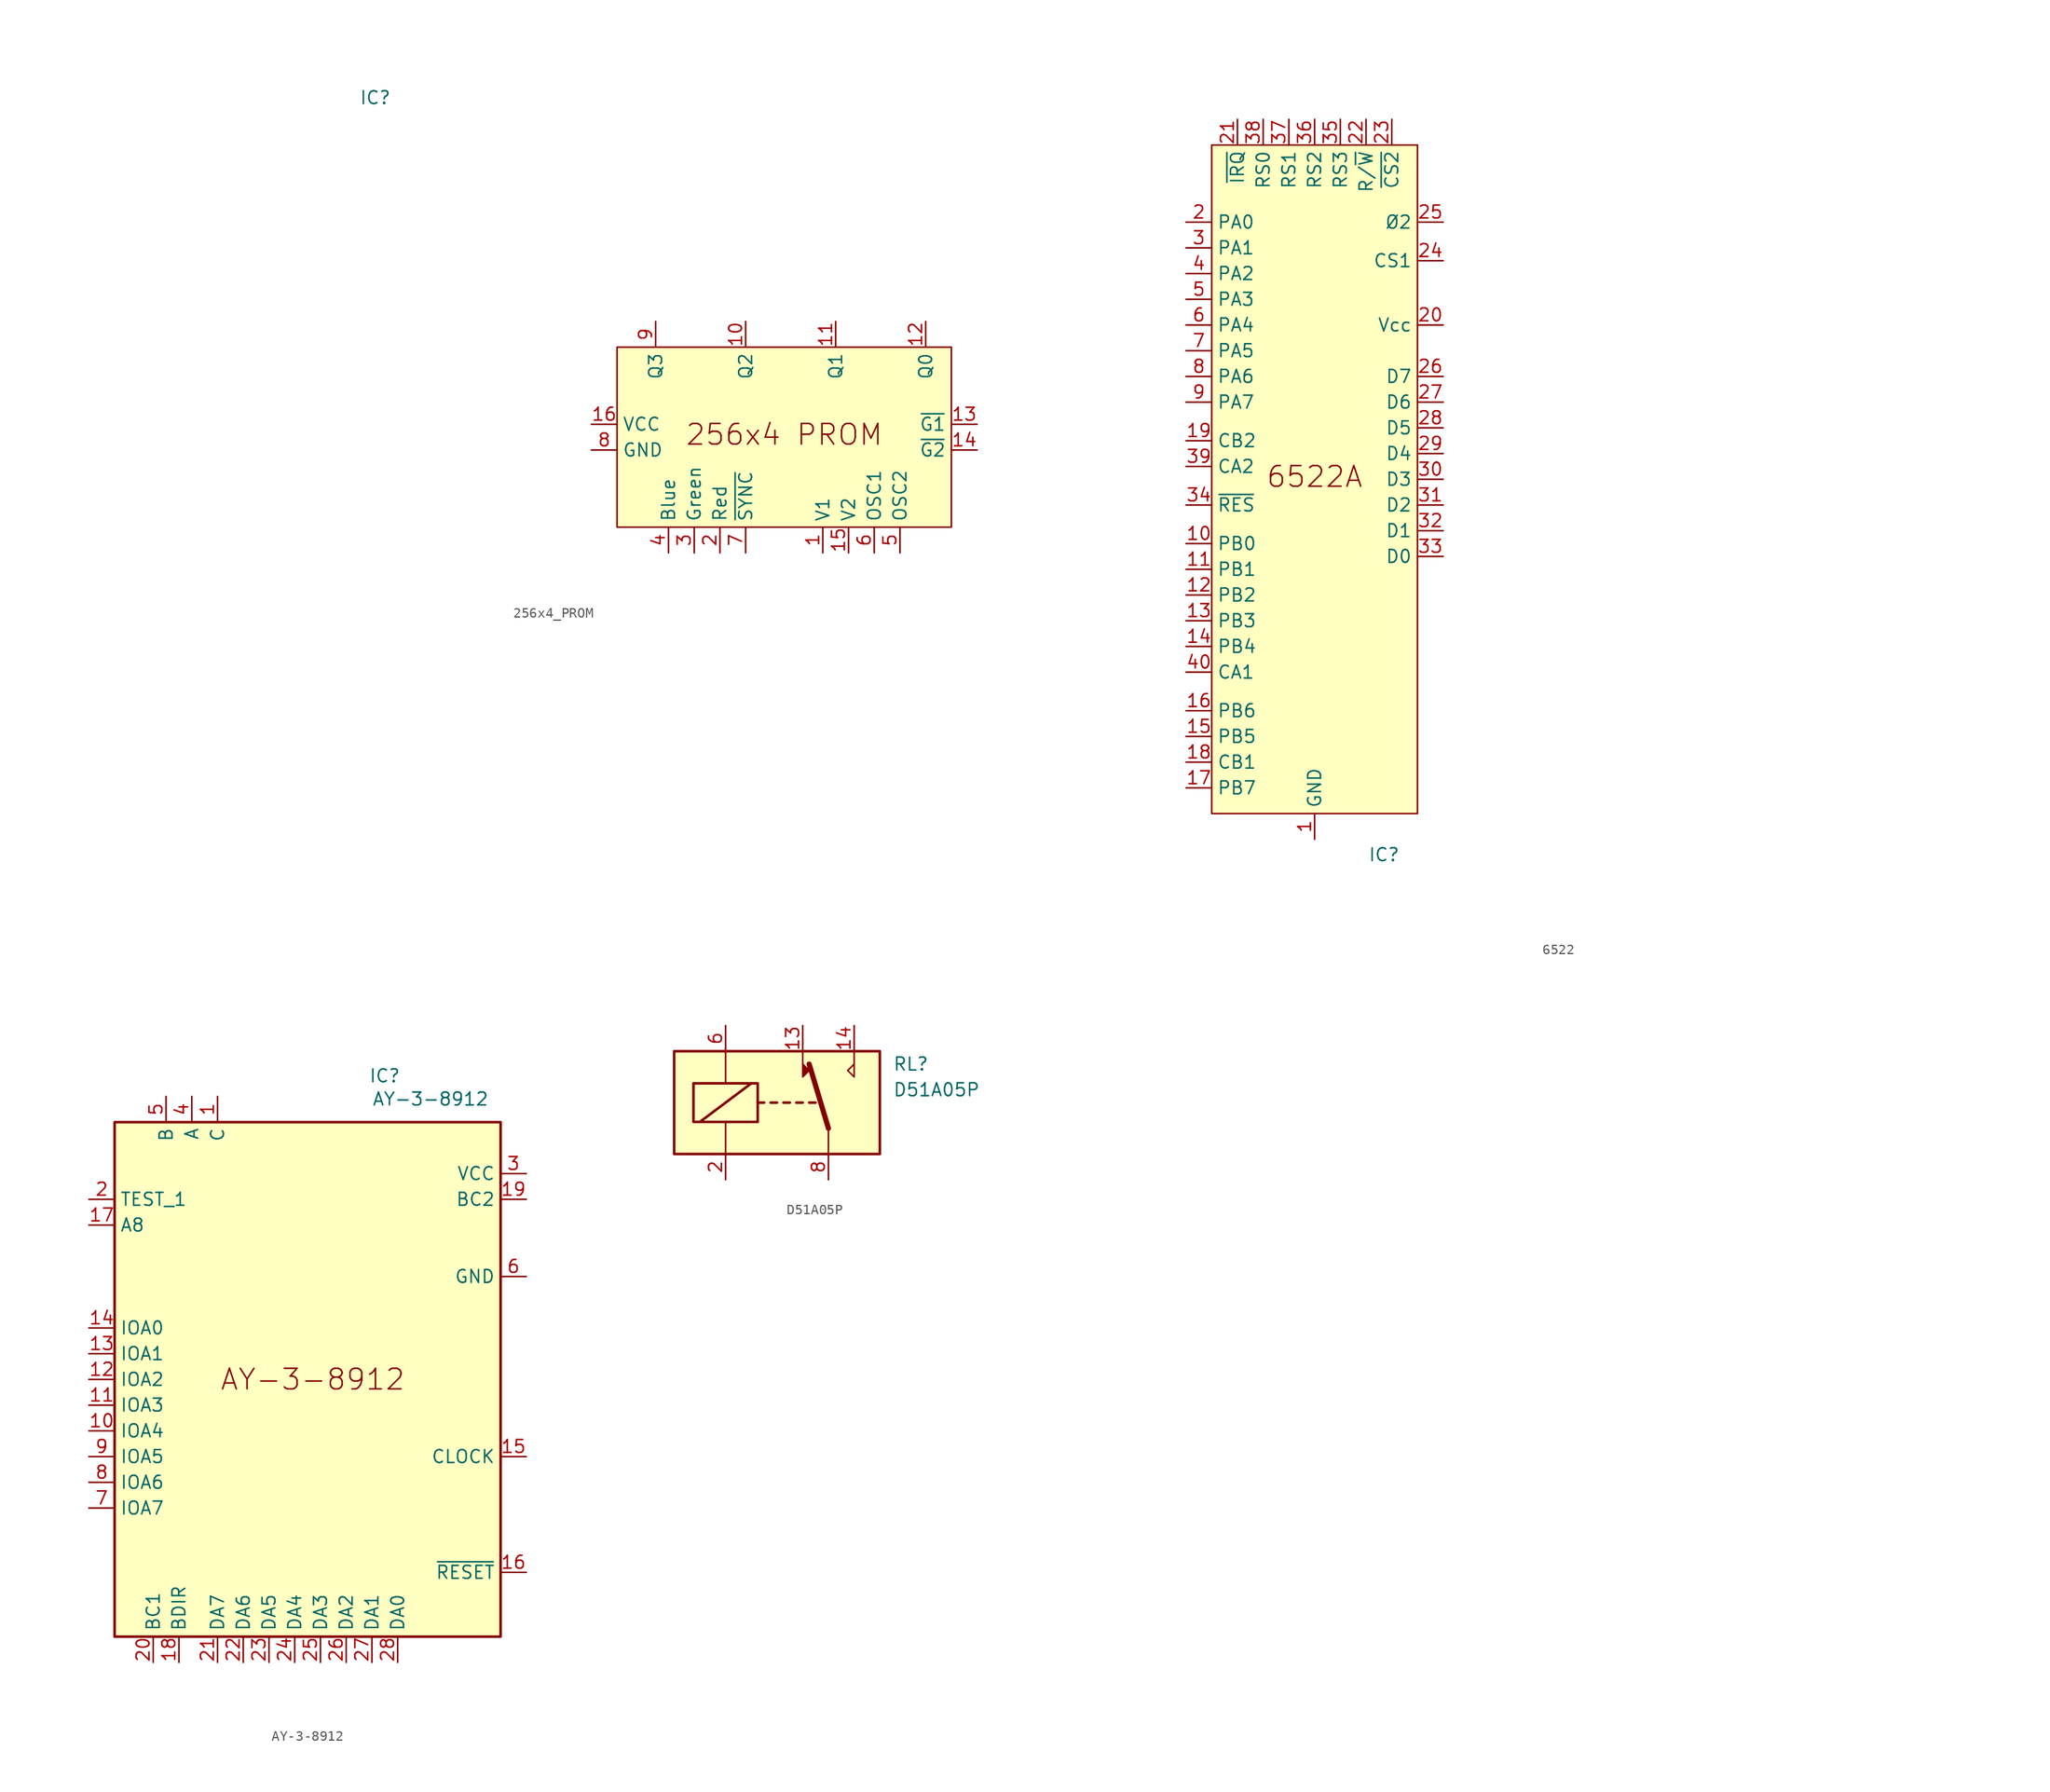
<source format=kicad_sym>
(kicad_symbol_lib
  (version 20231120)
  (generator "kicad_symbol_editor")
  (generator_version "8.0")
  (symbol "256x4_PROM"
    (property "Reference" "IC"
      (at -40.386 33.528 0)
      (effects (font (size 1.27 1.27))))
    (property "Value" ""
      (at -64.77 22.86 0)
      (effects (font (size 1.27 1.27))))
    (symbol "256x4_PROM_0_0"
      (pin input line (at 3.81 -11.43 90) (length 2.54) (name "V1" (effects (font (size 1.27 1.27)))) (number "1" (effects (font (size 1.27 1.27)))))
      (pin output line (at -3.81 11.43 270) (length 2.54) (name "Q2" (effects (font (size 1.27 1.27)))) (number "10" (effects (font (size 1.27 1.27)))))
      (pin output line (at 5.08 11.43 270) (length 2.54) (name "Q1" (effects (font (size 1.27 1.27)))) (number "11" (effects (font (size 1.27 1.27)))))
      (pin output line (at 13.97 11.43 270) (length 2.54) (name "Q0" (effects (font (size 1.27 1.27)))) (number "12" (effects (font (size 1.27 1.27)))))
      (pin input line (at 19.05 1.27 180) (length 2.54) (name "~{G1}" (effects (font (size 1.27 1.27)))) (number "13" (effects (font (size 1.27 1.27)))))
      (pin input line (at 19.05 -1.27 180) (length 2.54) (name "~{G2}" (effects (font (size 1.27 1.27)))) (number "14" (effects (font (size 1.27 1.27)))))
      (pin input line (at 6.35 -11.43 90) (length 2.54) (name "V2" (effects (font (size 1.27 1.27)))) (number "15" (effects (font (size 1.27 1.27)))))
      (pin power_in line (at -19.05 1.27 0) (length 2.54) (name "VCC" (effects (font (size 1.27 1.27)))) (number "16" (effects (font (size 1.27 1.27)))))
      (pin input line (at -6.35 -11.43 90) (length 2.54) (name "Red" (effects (font (size 1.27 1.27)))) (number "2" (effects (font (size 1.27 1.27)))))
      (pin input line (at -8.89 -11.43 90) (length 2.54) (name "Green" (effects (font (size 1.27 1.27)))) (number "3" (effects (font (size 1.27 1.27)))))
      (pin input line (at -11.43 -11.43 90) (length 2.54) (name "Blue" (effects (font (size 1.27 1.27)))) (number "4" (effects (font (size 1.27 1.27)))))
      (pin input line (at 11.43 -11.43 90) (length 2.54) (name "OSC2" (effects (font (size 1.27 1.27)))) (number "5" (effects (font (size 1.27 1.27)))))
      (pin input line (at 8.89 -11.43 90) (length 2.54) (name "OSC1" (effects (font (size 1.27 1.27)))) (number "6" (effects (font (size 1.27 1.27)))))
      (pin input line (at -3.81 -11.43 90) (length 2.54) (name "~{SYNC}" (effects (font (size 1.27 1.27)))) (number "7" (effects (font (size 1.27 1.27)))))
      (pin power_in line (at -19.05 -1.27 0) (length 2.54) (name "GND" (effects (font (size 1.27 1.27)))) (number "8" (effects (font (size 1.27 1.27)))))
      (pin output line (at -12.7 11.43 270) (length 2.54) (name "Q3" (effects (font (size 1.27 1.27)))) (number "9" (effects (font (size 1.27 1.27))))))
    (symbol "256x4_PROM_1_1"
      (rectangle (start -16.51 8.89) (end 16.51 -8.89) (stroke (width 0) (type default)) (fill (type background)))
      (text "256x4 PROM" (at 0 0.254 0) (effects (font (size 2.032 2.032))))))
  (symbol "6522"
    (property "Reference" "IC"
      (at 6.858 -37.084 0)
      (effects (font (size 1.27 1.27))))
    (property "Value" ""
      (at 60.96 19.05 0)
      (effects (font (size 1.27 1.27))))
    (symbol "6522_0_0"
      (pin power_in line (at 0 -35.56 90) (length 2.54) (name "GND" (effects (font (size 1.27 1.27)))) (number "1" (effects (font (size 1.27 1.27)))))
      (pin bidirectional line (at -12.7 -6.35 0) (length 2.54) (name "PB0" (effects (font (size 1.27 1.27)))) (number "10" (effects (font (size 1.27 1.27)))))
      (pin bidirectional line (at -12.7 -8.89 0) (length 2.54) (name "PB1" (effects (font (size 1.27 1.27)))) (number "11" (effects (font (size 1.27 1.27)))))
      (pin bidirectional line (at -12.7 -11.43 0) (length 2.54) (name "PB2" (effects (font (size 1.27 1.27)))) (number "12" (effects (font (size 1.27 1.27)))))
      (pin bidirectional line (at -12.7 -13.97 0) (length 2.54) (name "PB3" (effects (font (size 1.27 1.27)))) (number "13" (effects (font (size 1.27 1.27)))))
      (pin bidirectional line (at -12.7 -16.51 0) (length 2.54) (name "PB4" (effects (font (size 1.27 1.27)))) (number "14" (effects (font (size 1.27 1.27)))))
      (pin bidirectional line (at -12.7 -25.4 0) (length 2.54) (name "PB5" (effects (font (size 1.27 1.27)))) (number "15" (effects (font (size 1.27 1.27)))))
      (pin bidirectional line (at -12.7 -22.86 0) (length 2.54) (name "PB6" (effects (font (size 1.27 1.27)))) (number "16" (effects (font (size 1.27 1.27)))))
      (pin bidirectional line (at -12.7 -30.48 0) (length 2.54) (name "PB7" (effects (font (size 1.27 1.27)))) (number "17" (effects (font (size 1.27 1.27)))))
      (pin bidirectional line (at -12.7 -27.94 0) (length 2.54) (name "CB1" (effects (font (size 1.27 1.27)))) (number "18" (effects (font (size 1.27 1.27)))))
      (pin bidirectional line (at -12.7 3.81 0) (length 2.54) (name "CB2" (effects (font (size 1.27 1.27)))) (number "19" (effects (font (size 1.27 1.27)))))
      (pin bidirectional line (at -12.7 25.4 0) (length 2.54) (name "PA0" (effects (font (size 1.27 1.27)))) (number "2" (effects (font (size 1.27 1.27)))))
      (pin power_in line (at 12.7 15.24 180) (length 2.54) (name "Vcc" (effects (font (size 1.27 1.27)))) (number "20" (effects (font (size 1.27 1.27)))))
      (pin output line (at -7.62 35.56 270) (length 2.54) (name "~{IRQ}" (effects (font (size 1.27 1.27)))) (number "21" (effects (font (size 1.27 1.27)))))
      (pin input line (at 5.08 35.56 270) (length 2.54) (name "R/~{W}" (effects (font (size 1.27 1.27)))) (number "22" (effects (font (size 1.27 1.27)))))
      (pin input line (at 7.62 35.56 270) (length 2.54) (name "~{CS2}" (effects (font (size 1.27 1.27)))) (number "23" (effects (font (size 1.27 1.27)))))
      (pin input line (at 12.7 21.59 180) (length 2.54) (name "CS1" (effects (font (size 1.27 1.27)))) (number "24" (effects (font (size 1.27 1.27)))))
      (pin input line (at 12.7 25.4 180) (length 2.54) (name "Ø2" (effects (font (size 1.27 1.27)))) (number "25" (effects (font (size 1.27 1.27)))))
      (pin bidirectional line (at 12.7 10.16 180) (length 2.54) (name "D7" (effects (font (size 1.27 1.27)))) (number "26" (effects (font (size 1.27 1.27)))))
      (pin bidirectional line (at 12.7 7.62 180) (length 2.54) (name "D6" (effects (font (size 1.27 1.27)))) (number "27" (effects (font (size 1.27 1.27)))))
      (pin bidirectional line (at 12.7 5.08 180) (length 2.54) (name "D5" (effects (font (size 1.27 1.27)))) (number "28" (effects (font (size 1.27 1.27)))))
      (pin bidirectional line (at 12.7 2.54 180) (length 2.54) (name "D4" (effects (font (size 1.27 1.27)))) (number "29" (effects (font (size 1.27 1.27)))))
      (pin bidirectional line (at -12.7 22.86 0) (length 2.54) (name "PA1" (effects (font (size 1.27 1.27)))) (number "3" (effects (font (size 1.27 1.27)))))
      (pin bidirectional line (at 12.7 0 180) (length 2.54) (name "D3" (effects (font (size 1.27 1.27)))) (number "30" (effects (font (size 1.27 1.27)))))
      (pin bidirectional line (at 12.7 -2.54 180) (length 2.54) (name "D2" (effects (font (size 1.27 1.27)))) (number "31" (effects (font (size 1.27 1.27)))))
      (pin bidirectional line (at 12.7 -5.08 180) (length 2.54) (name "D1" (effects (font (size 1.27 1.27)))) (number "32" (effects (font (size 1.27 1.27)))))
      (pin bidirectional line (at 12.7 -7.62 180) (length 2.54) (name "D0" (effects (font (size 1.27 1.27)))) (number "33" (effects (font (size 1.27 1.27)))))
      (pin input line (at -12.7 -2.54 0) (length 2.54) (name "~{RES}" (effects (font (size 1.27 1.27)))) (number "34" (effects (font (size 1.27 1.27)))))
      (pin input line (at 2.54 35.56 270) (length 2.54) (name "RS3" (effects (font (size 1.27 1.27)))) (number "35" (effects (font (size 1.27 1.27)))))
      (pin input line (at 0 35.56 270) (length 2.54) (name "RS2" (effects (font (size 1.27 1.27)))) (number "36" (effects (font (size 1.27 1.27)))))
      (pin input line (at -2.54 35.56 270) (length 2.54) (name "RS1" (effects (font (size 1.27 1.27)))) (number "37" (effects (font (size 1.27 1.27)))))
      (pin input line (at -5.08 35.56 270) (length 2.54) (name "RS0" (effects (font (size 1.27 1.27)))) (number "38" (effects (font (size 1.27 1.27)))))
      (pin bidirectional line (at -12.7 1.27 0) (length 2.54) (name "CA2" (effects (font (size 1.27 1.27)))) (number "39" (effects (font (size 1.27 1.27)))))
      (pin bidirectional line (at -12.7 20.32 0) (length 2.54) (name "PA2" (effects (font (size 1.27 1.27)))) (number "4" (effects (font (size 1.27 1.27)))))
      (pin bidirectional line (at -12.7 -19.05 0) (length 2.54) (name "CA1" (effects (font (size 1.27 1.27)))) (number "40" (effects (font (size 1.27 1.27)))))
      (pin bidirectional line (at -12.7 17.78 0) (length 2.54) (name "PA3" (effects (font (size 1.27 1.27)))) (number "5" (effects (font (size 1.27 1.27)))))
      (pin bidirectional line (at -12.7 15.24 0) (length 2.54) (name "PA4" (effects (font (size 1.27 1.27)))) (number "6" (effects (font (size 1.27 1.27)))))
      (pin bidirectional line (at -12.7 12.7 0) (length 2.54) (name "PA5" (effects (font (size 1.27 1.27)))) (number "7" (effects (font (size 1.27 1.27)))))
      (pin bidirectional line (at -12.7 10.16 0) (length 2.54) (name "PA6" (effects (font (size 1.27 1.27)))) (number "8" (effects (font (size 1.27 1.27)))))
      (pin bidirectional line (at -12.7 7.62 0) (length 2.54) (name "PA7" (effects (font (size 1.27 1.27)))) (number "9" (effects (font (size 1.27 1.27))))))
    (symbol "6522_1_1"
      (rectangle (start -10.16 33.02) (end 10.16 -33.02) (stroke (width 0) (type default)) (fill (type background)))
      (text "6522A" (at 0 0.254 0) (effects (font (size 2.032 2.032))))))
  (symbol "AY-3-8912"
    (property "Reference" "IC"
      (at 7.62 29.972 0)
      (effects (font (size 1.27 1.27))))
    (property "Value" "AY-3-8912"
      (at 6.35 27.686 0)
      (effects (font (size 1.27 1.27)) (justify left)))
    (symbol "AY-3-8912_1_1"
      (rectangle (start -19.05 25.4) (end 19.05 -25.4) (stroke (width 0.254) (type default)) (fill (type background)))
      (text "AY-3-8912" (at 0.508 0 0) (effects (font (size 2.032 2.032))))
      (pin passive line (at -8.89 27.94 270) (length 2.54) (name "C" (effects (font (size 1.27 1.27)))) (number "1" (effects (font (size 1.27 1.27)))))
      (pin bidirectional line (at -21.59 -5.08 0) (length 2.54) (name "IOA4" (effects (font (size 1.27 1.27)))) (number "10" (effects (font (size 1.27 1.27)))))
      (pin bidirectional line (at -21.59 -2.54 0) (length 2.54) (name "IOA3" (effects (font (size 1.27 1.27)))) (number "11" (effects (font (size 1.27 1.27)))))
      (pin bidirectional line (at -21.59 0 0) (length 2.54) (name "IOA2" (effects (font (size 1.27 1.27)))) (number "12" (effects (font (size 1.27 1.27)))))
      (pin bidirectional line (at -21.59 2.54 0) (length 2.54) (name "IOA1" (effects (font (size 1.27 1.27)))) (number "13" (effects (font (size 1.27 1.27)))))
      (pin bidirectional line (at -21.59 5.08 0) (length 2.54) (name "IOA0" (effects (font (size 1.27 1.27)))) (number "14" (effects (font (size 1.27 1.27)))))
      (pin input line (at 21.59 -7.62 180) (length 2.54) (name "CLOCK" (effects (font (size 1.27 1.27)))) (number "15" (effects (font (size 1.27 1.27)))))
      (pin input line (at 21.59 -19.05 180) (length 2.54) (name "~{RESET}" (effects (font (size 1.27 1.27)))) (number "16" (effects (font (size 1.27 1.27)))))
      (pin input line (at -21.59 15.24 0) (length 2.54) (name "A8" (effects (font (size 1.27 1.27)))) (number "17" (effects (font (size 1.27 1.27)))))
      (pin input line (at -12.7 -27.94 90) (length 2.54) (name "BDIR" (effects (font (size 1.27 1.27)))) (number "18" (effects (font (size 1.27 1.27)))))
      (pin input line (at 21.59 17.78 180) (length 2.54) (name "BC2" (effects (font (size 1.27 1.27)))) (number "19" (effects (font (size 1.27 1.27)))))
      (pin passive line (at -21.59 17.78 0) (length 2.54) (name "TEST_1" (effects (font (size 1.27 1.27)))) (number "2" (effects (font (size 1.27 1.27)))))
      (pin input line (at -15.24 -27.94 90) (length 2.54) (name "BC1" (effects (font (size 1.27 1.27)))) (number "20" (effects (font (size 1.27 1.27)))))
      (pin tri_state line (at -8.89 -27.94 90) (length 2.54) (name "DA7" (effects (font (size 1.27 1.27)))) (number "21" (effects (font (size 1.27 1.27)))))
      (pin tri_state line (at -6.35 -27.94 90) (length 2.54) (name "DA6" (effects (font (size 1.27 1.27)))) (number "22" (effects (font (size 1.27 1.27)))))
      (pin tri_state line (at -3.81 -27.94 90) (length 2.54) (name "DA5" (effects (font (size 1.27 1.27)))) (number "23" (effects (font (size 1.27 1.27)))))
      (pin tri_state line (at -1.27 -27.94 90) (length 2.54) (name "DA4" (effects (font (size 1.27 1.27)))) (number "24" (effects (font (size 1.27 1.27)))))
      (pin tri_state line (at 1.27 -27.94 90) (length 2.54) (name "DA3" (effects (font (size 1.27 1.27)))) (number "25" (effects (font (size 1.27 1.27)))))
      (pin tri_state line (at 3.81 -27.94 90) (length 2.54) (name "DA2" (effects (font (size 1.27 1.27)))) (number "26" (effects (font (size 1.27 1.27)))))
      (pin tri_state line (at 6.35 -27.94 90) (length 2.54) (name "DA1" (effects (font (size 1.27 1.27)))) (number "27" (effects (font (size 1.27 1.27)))))
      (pin tri_state line (at 8.89 -27.94 90) (length 2.54) (name "DA0" (effects (font (size 1.27 1.27)))) (number "28" (effects (font (size 1.27 1.27)))))
      (pin power_in line (at 21.59 20.32 180) (length 2.54) (name "VCC" (effects (font (size 1.27 1.27)))) (number "3" (effects (font (size 1.27 1.27)))))
      (pin passive line (at -11.43 27.94 270) (length 2.54) (name "A" (effects (font (size 1.27 1.27)))) (number "4" (effects (font (size 1.27 1.27)))))
      (pin passive line (at -13.97 27.94 270) (length 2.54) (name "B" (effects (font (size 1.27 1.27)))) (number "5" (effects (font (size 1.27 1.27)))))
      (pin power_in line (at 21.59 10.16 180) (length 2.54) (name "GND" (effects (font (size 1.27 1.27)))) (number "6" (effects (font (size 1.27 1.27)))))
      (pin bidirectional line (at -21.59 -12.7 0) (length 2.54) (name "IOA7" (effects (font (size 1.27 1.27)))) (number "7" (effects (font (size 1.27 1.27)))))
      (pin bidirectional line (at -21.59 -10.16 0) (length 2.54) (name "IOA6" (effects (font (size 1.27 1.27)))) (number "8" (effects (font (size 1.27 1.27)))))
      (pin bidirectional line (at -21.59 -7.62 0) (length 2.54) (name "IOA5" (effects (font (size 1.27 1.27)))) (number "9" (effects (font (size 1.27 1.27)))))))
  (symbol "D51A05P"
    (property "Reference" "RL"
      (at 11.43 3.81 0)
      (effects (font (size 1.27 1.27)) (justify left)))
    (property "Value" "D51A05P"
      (at 11.43 1.27 0)
      (effects (font (size 1.27 1.27)) (justify left)))
    (symbol "D51A05P_0_0"
      (polyline (pts (xy 7.62 5.08) (xy 7.62 2.54) (xy 6.985 3.175) (xy 7.62 3.81)) (stroke (width 0) (type default)) (fill (type none))))
    (symbol "D51A05P_0_1"
      (rectangle (start -10.16 5.08) (end 10.16 -5.08) (stroke (width 0.254) (type default)) (fill (type background)))
      (rectangle (start -8.255 1.905) (end -1.905 -1.905) (stroke (width 0.254) (type default)) (fill (type none)))
      (polyline (pts (xy -7.62 -1.905) (xy -2.54 1.905)) (stroke (width 0.254) (type default)) (fill (type none)))
      (polyline (pts (xy -5.08 -5.08) (xy -5.08 -1.905)) (stroke (width 0) (type default)) (fill (type none)))
      (polyline (pts (xy -5.08 5.08) (xy -5.08 1.905)) (stroke (width 0) (type default)) (fill (type none)))
      (polyline (pts (xy -1.905 0) (xy -1.27 0)) (stroke (width 0.254) (type default)) (fill (type none)))
      (polyline (pts (xy -0.635 0) (xy 0 0)) (stroke (width 0.254) (type default)) (fill (type none)))
      (polyline (pts (xy 0.635 0) (xy 1.27 0)) (stroke (width 0.254) (type default)) (fill (type none)))
      (polyline (pts (xy 1.905 0) (xy 2.54 0)) (stroke (width 0.254) (type default)) (fill (type none)))
      (polyline (pts (xy 3.175 0) (xy 3.81 0)) (stroke (width 0.254) (type default)) (fill (type none)))
      (polyline (pts (xy 5.08 -2.54) (xy 3.175 3.81)) (stroke (width 0.508) (type default)) (fill (type none)))
      (polyline (pts (xy 5.08 -2.54) (xy 5.08 -5.08)) (stroke (width 0) (type default)) (fill (type none))))
    (symbol "D51A05P_1_1"
      (polyline (pts (xy 2.54 3.81) (xy 3.175 3.175) (xy 2.54 2.54) (xy 2.54 5.08)) (stroke (width 0) (type default)) (fill (type outline)))
      (pin no_connect line (at -12.7 0 0) (length 2.54) hide (name "~" (effects (font (size 1.27 1.27)))) (number "1" (effects (font (size 1.27 1.27)))))
      (pin passive line (at 2.54 7.62 270) (length 2.54) (name "~" (effects (font (size 1.27 1.27)))) (number "13" (effects (font (size 1.27 1.27)))))
      (pin passive line (at 7.62 7.62 270) (length 2.54) (name "~" (effects (font (size 1.27 1.27)))) (number "14" (effects (font (size 1.27 1.27)))))
      (pin passive line (at -5.08 -7.62 90) (length 2.54) (name "~" (effects (font (size 1.27 1.27)))) (number "2" (effects (font (size 1.27 1.27)))))
      (pin passive line (at -5.08 7.62 270) (length 2.54) (name "~" (effects (font (size 1.27 1.27)))) (number "6" (effects (font (size 1.27 1.27)))))
      (pin no_connect line (at -1.27 -7.62 90) (length 2.54) hide (name "~" (effects (font (size 1.27 1.27)))) (number "7" (effects (font (size 1.27 1.27)))))
      (pin passive line (at 5.08 -7.62 90) (length 2.54) (name "~" (effects (font (size 1.27 1.27)))) (number "8" (effects (font (size 1.27 1.27)))))
      (pin no_connect line (at 1.27 -7.62 90) (length 2.54) hide (name "~" (effects (font (size 1.27 1.27)))) (number "9" (effects (font (size 1.27 1.27))))))))
</source>
